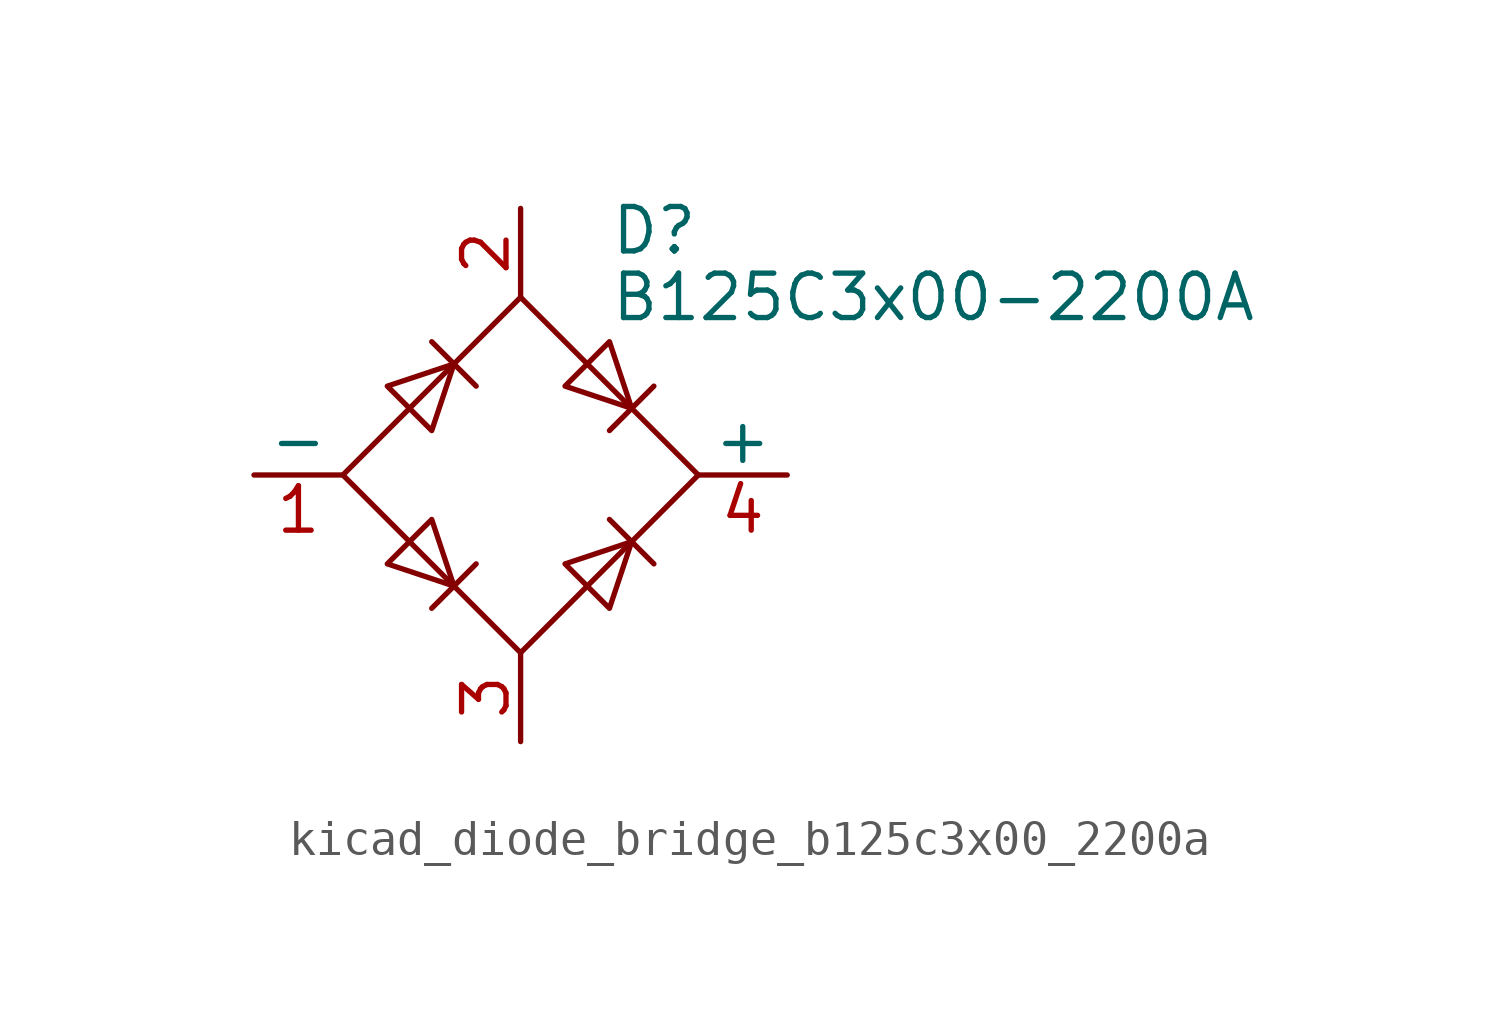
<source format=kicad_sym>
(kicad_symbol_lib
  (version 20220914)
  (generator kicad_symbol_editor)
  (symbol "kicad_diode_bridge_b125c3x00_2200a"
    (pin_names
      (offset 0))
    (property "Reference" "D"
      (at 2.54 6.985 0)
      (effects (font (size 1.27 1.27)) (justify left)))
    (property "Value" "B125C3x00-2200A"
      (at 2.54 5.08 0)
      (effects (font (size 1.27 1.27)) (justify left)))
    (symbol "kicad_diode_bridge_b125c3x00_2200a_0_1"
      (polyline (pts (xy -2.54 3.81) (xy -1.27 2.54)) (stroke (width 0) (type default)) (fill (type none)))
      (polyline (pts (xy -1.27 -2.54) (xy -2.54 -3.81)) (stroke (width 0) (type default)) (fill (type none)))
      (polyline (pts (xy 2.54 -1.27) (xy 3.81 -2.54)) (stroke (width 0) (type default)) (fill (type none)))
      (polyline (pts (xy 2.54 1.27) (xy 3.81 2.54)) (stroke (width 0) (type default)) (fill (type none)))
      (polyline (pts (xy -3.81 2.54) (xy -2.54 1.27) (xy -1.905 3.175) (xy -3.81 2.54)) (stroke (width 0) (type default)) (fill (type none)))
      (polyline (pts (xy -2.54 -1.27) (xy -3.81 -2.54) (xy -1.905 -3.175) (xy -2.54 -1.27)) (stroke (width 0) (type default)) (fill (type none)))
      (polyline (pts (xy 1.27 2.54) (xy 2.54 3.81) (xy 3.175 1.905) (xy 1.27 2.54)) (stroke (width 0) (type default)) (fill (type none)))
      (polyline (pts (xy 3.175 -1.905) (xy 1.27 -2.54) (xy 2.54 -3.81) (xy 3.175 -1.905)) (stroke (width 0) (type default)) (fill (type none)))
      (polyline (pts (xy -5.08 0) (xy 0 -5.08) (xy 5.08 0) (xy 0 5.08) (xy -5.08 0)) (stroke (width 0) (type default)) (fill (type none))))
    (symbol "kicad_diode_bridge_b125c3x00_2200a_1_1"
      (pin passive line (at -7.62 0 0) (length 2.54) (name "-" (effects (font (size 1.27 1.27)))) (number "1" (effects (font (size 1.27 1.27)))))
      (pin passive line (at 0 7.62 270) (length 2.54) (name "~" (effects (font (size 1.27 1.27)))) (number "2" (effects (font (size 1.27 1.27)))))
      (pin passive line (at 0 -7.62 90) (length 2.54) (name "~" (effects (font (size 1.27 1.27)))) (number "3" (effects (font (size 1.27 1.27)))))
      (pin passive line (at 7.62 0 180) (length 2.54) (name "+" (effects (font (size 1.27 1.27)))) (number "4" (effects (font (size 1.27 1.27))))))))
</source>
